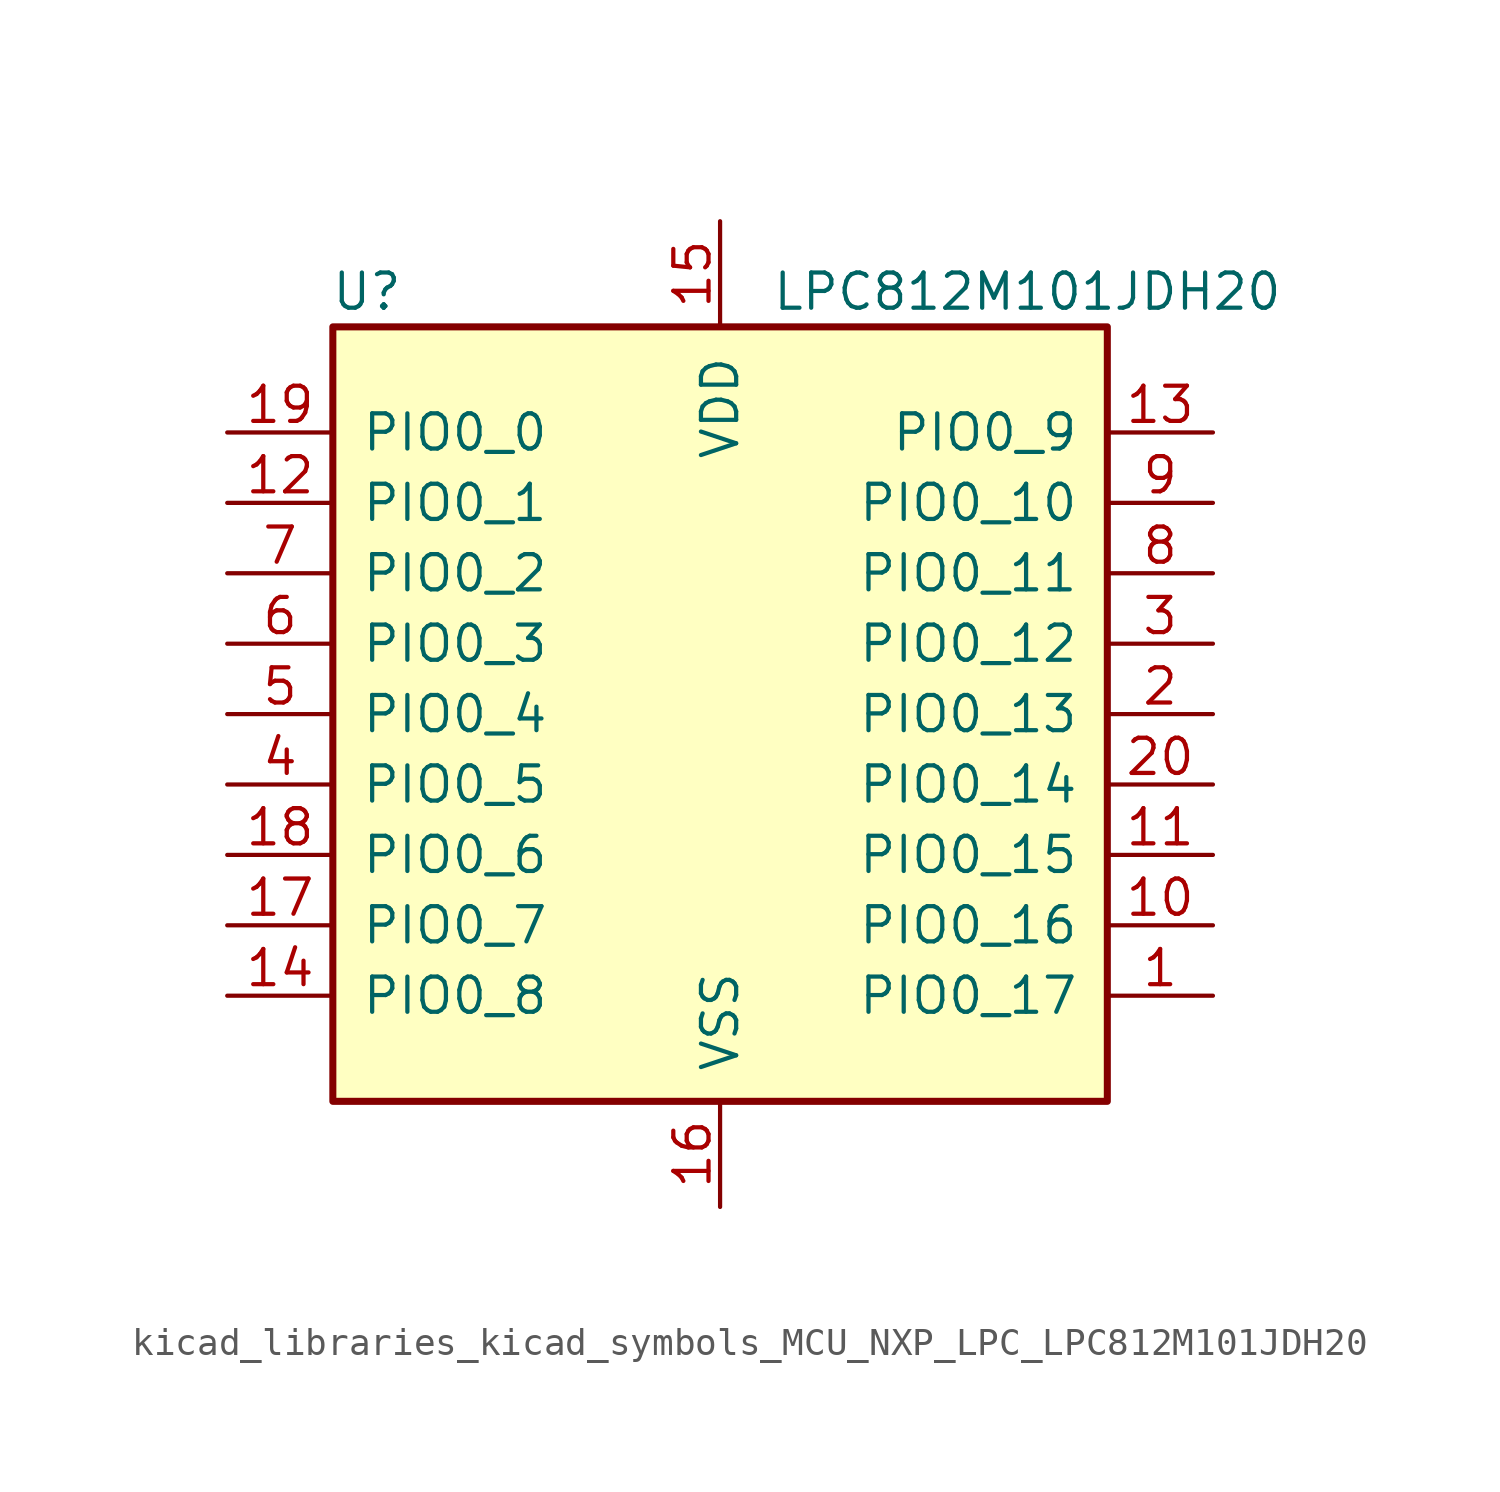
<source format=kicad_sym>
(kicad_symbol_lib
  (version 20220914)
  (generator kicad_symbol_editor)
  (symbol "kicad_libraries_kicad_symbols_MCU_NXP_LPC_LPC812M101JDH20"
    (pin_names
      (offset 1.016))
    (property "Reference" "U"
      (at -11.43 15.24 0)
      (effects (font (size 1.27 1.27)) (justify right)))
    (property "Value" "LPC812M101JDH20"
      (at 20.32 15.24 0)
      (effects (font (size 1.27 1.27)) (justify right)))
    (symbol "kicad_libraries_kicad_symbols_MCU_NXP_LPC_LPC812M101JDH20_0_1"
      (rectangle (start 13.97 13.97) (end -13.97 -13.97) (stroke (width 0.254) (type default)) (fill (type background))))
    (symbol "kicad_libraries_kicad_symbols_MCU_NXP_LPC_LPC812M101JDH20_1_1"
      (pin bidirectional line (at 17.78 -10.16 180) (length 3.81) (name "PIO0_17" (effects (font (size 1.27 1.27)))) (number "1" (effects (font (size 1.27 1.27)))))
      (pin bidirectional line (at 17.78 -7.62 180) (length 3.81) (name "PIO0_16" (effects (font (size 1.27 1.27)))) (number "10" (effects (font (size 1.27 1.27)))))
      (pin bidirectional line (at 17.78 -5.08 180) (length 3.81) (name "PIO0_15" (effects (font (size 1.27 1.27)))) (number "11" (effects (font (size 1.27 1.27)))))
      (pin bidirectional line (at -17.78 7.62 0) (length 3.81) (name "PIO0_1" (effects (font (size 1.27 1.27)))) (number "12" (effects (font (size 1.27 1.27)))))
      (pin bidirectional line (at 17.78 10.16 180) (length 3.81) (name "PIO0_9" (effects (font (size 1.27 1.27)))) (number "13" (effects (font (size 1.27 1.27)))))
      (pin bidirectional line (at -17.78 -10.16 0) (length 3.81) (name "PIO0_8" (effects (font (size 1.27 1.27)))) (number "14" (effects (font (size 1.27 1.27)))))
      (pin power_in line (at 0 17.78 270) (length 3.81) (name "VDD" (effects (font (size 1.27 1.27)))) (number "15" (effects (font (size 1.27 1.27)))))
      (pin power_in line (at 0 -17.78 90) (length 3.81) (name "VSS" (effects (font (size 1.27 1.27)))) (number "16" (effects (font (size 1.27 1.27)))))
      (pin bidirectional line (at -17.78 -7.62 0) (length 3.81) (name "PIO0_7" (effects (font (size 1.27 1.27)))) (number "17" (effects (font (size 1.27 1.27)))))
      (pin bidirectional line (at -17.78 -5.08 0) (length 3.81) (name "PIO0_6" (effects (font (size 1.27 1.27)))) (number "18" (effects (font (size 1.27 1.27)))))
      (pin bidirectional line (at -17.78 10.16 0) (length 3.81) (name "PIO0_0" (effects (font (size 1.27 1.27)))) (number "19" (effects (font (size 1.27 1.27)))))
      (pin bidirectional line (at 17.78 0 180) (length 3.81) (name "PIO0_13" (effects (font (size 1.27 1.27)))) (number "2" (effects (font (size 1.27 1.27)))))
      (pin bidirectional line (at 17.78 -2.54 180) (length 3.81) (name "PIO0_14" (effects (font (size 1.27 1.27)))) (number "20" (effects (font (size 1.27 1.27)))))
      (pin bidirectional line (at 17.78 2.54 180) (length 3.81) (name "PIO0_12" (effects (font (size 1.27 1.27)))) (number "3" (effects (font (size 1.27 1.27)))))
      (pin bidirectional line (at -17.78 -2.54 0) (length 3.81) (name "PIO0_5" (effects (font (size 1.27 1.27)))) (number "4" (effects (font (size 1.27 1.27)))))
      (pin bidirectional line (at -17.78 0 0) (length 3.81) (name "PIO0_4" (effects (font (size 1.27 1.27)))) (number "5" (effects (font (size 1.27 1.27)))))
      (pin bidirectional line (at -17.78 2.54 0) (length 3.81) (name "PIO0_3" (effects (font (size 1.27 1.27)))) (number "6" (effects (font (size 1.27 1.27)))))
      (pin bidirectional line (at -17.78 5.08 0) (length 3.81) (name "PIO0_2" (effects (font (size 1.27 1.27)))) (number "7" (effects (font (size 1.27 1.27)))))
      (pin bidirectional line (at 17.78 5.08 180) (length 3.81) (name "PIO0_11" (effects (font (size 1.27 1.27)))) (number "8" (effects (font (size 1.27 1.27)))))
      (pin bidirectional line (at 17.78 7.62 180) (length 3.81) (name "PIO0_10" (effects (font (size 1.27 1.27)))) (number "9" (effects (font (size 1.27 1.27))))))))
</source>
